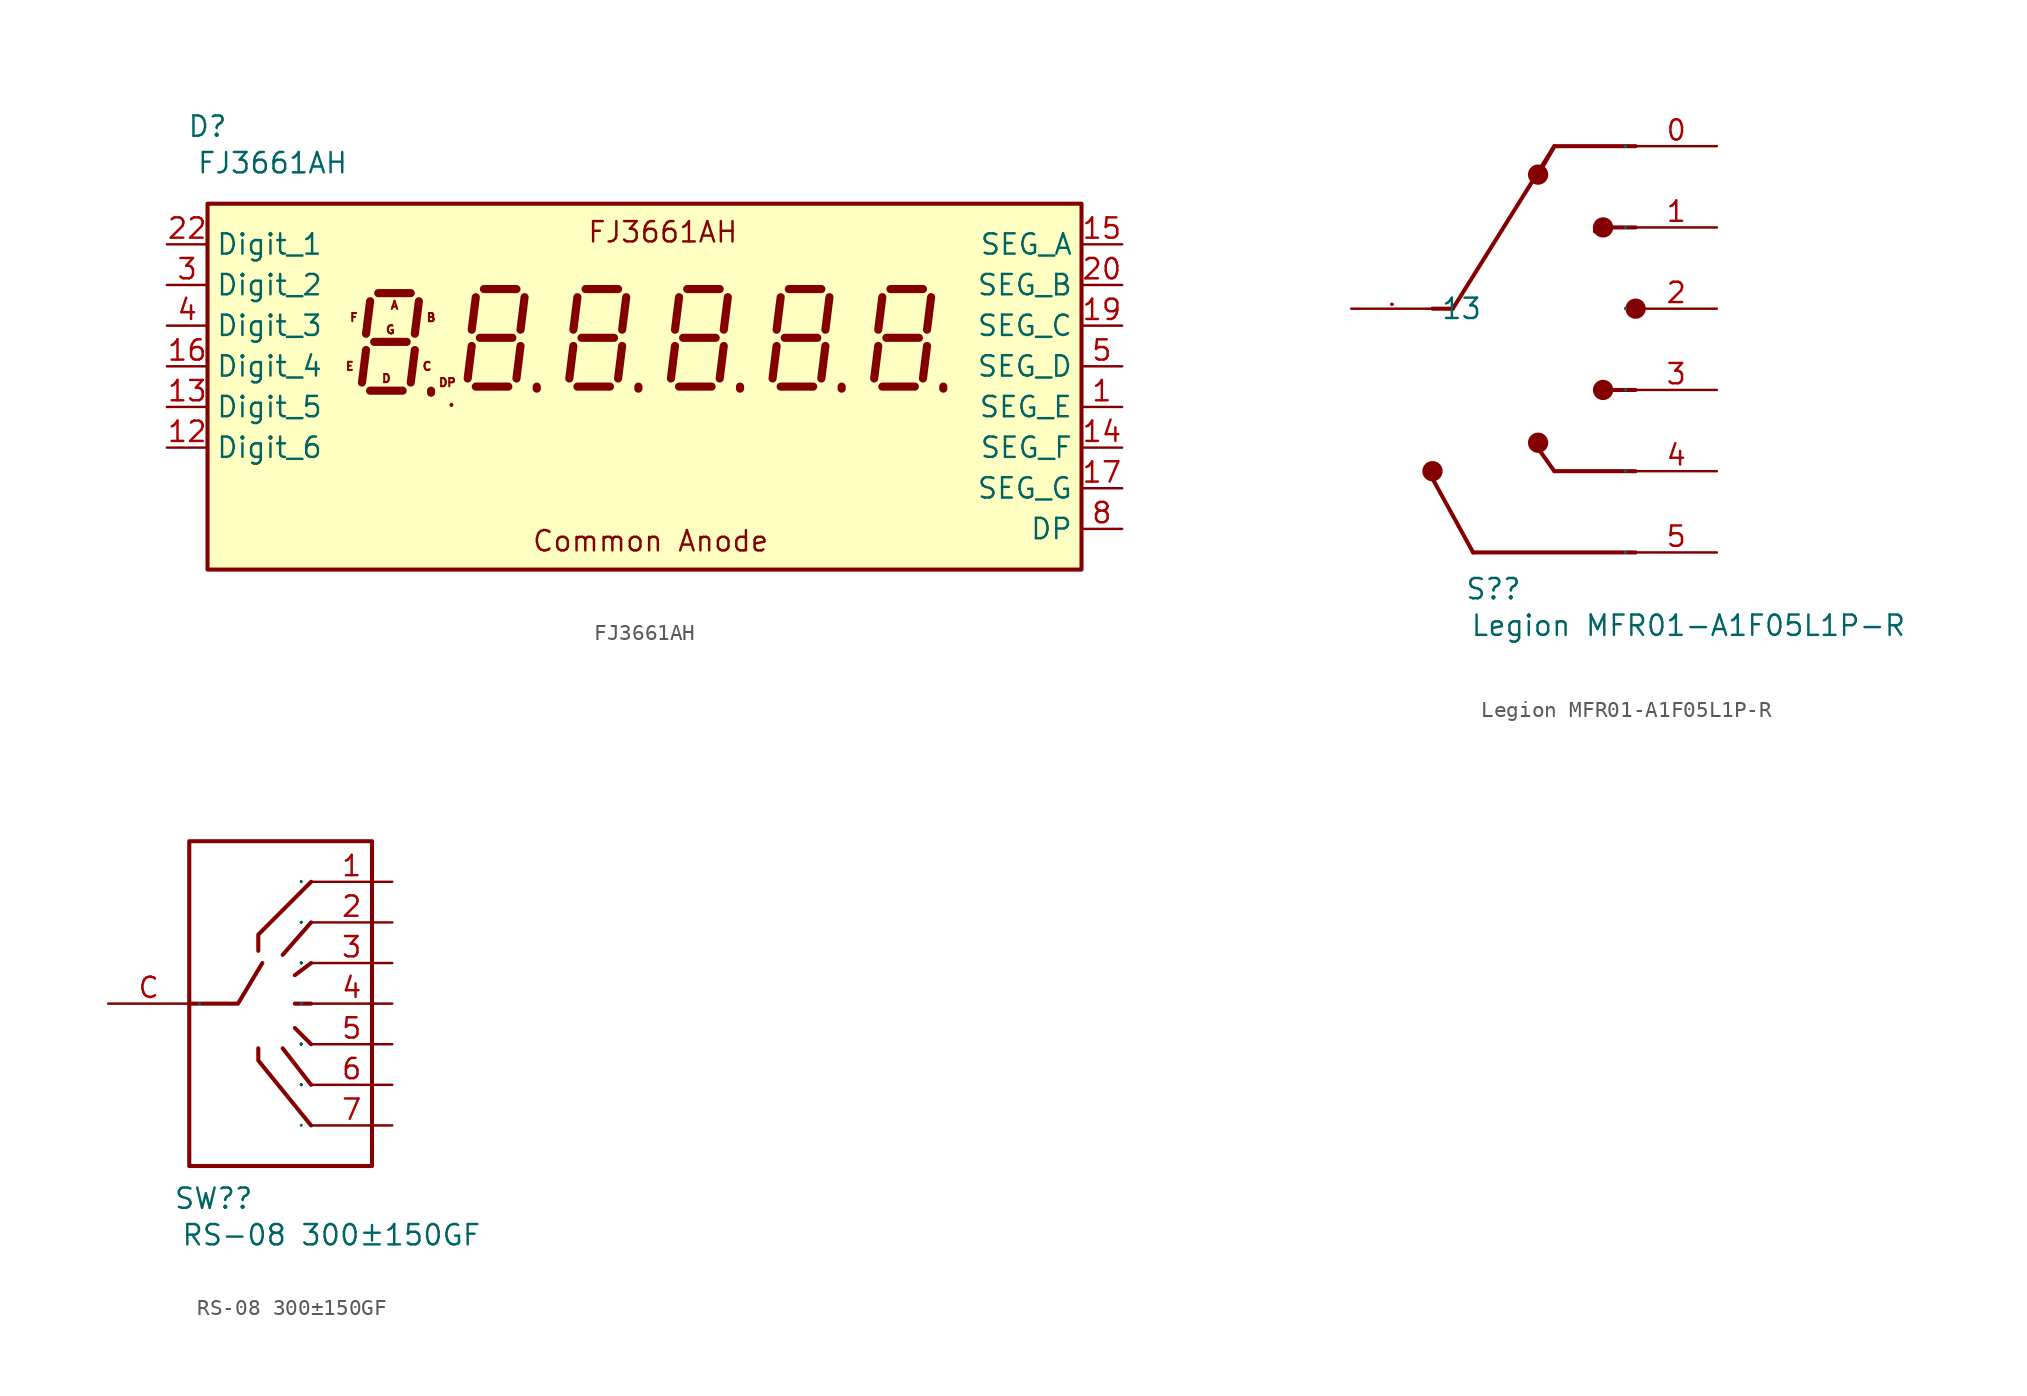
<source format=kicad_sym>
(kicad_symbol_lib
  (version 20231120)
  (generator "kicad_symbol_editor")
  (generator_version "8.0")
  (symbol "FJ3661AH"
    (property "Reference" "D"
      (at 0 2.286 0)
      (do_not_autoplace)
      (effects (font (size 1.27 1.27))))
    (property "Value" "FJ3661AH"
      (at 4.064 0 0)
      (do_not_autoplace)
      (effects (font (size 1.27 1.27))))
    (symbol "FJ3661AH_0_1"
      (rectangle (start 0 -2.54) (end 54.61 -25.4) (stroke (width 0.254) (type default)) (fill (type background)))
      (polyline (pts (xy 15.24 -15.113) (xy 15.24 -15.113)) (stroke (width 0.254) (type default)) (fill (type none))))
    (symbol "FJ3661AH_1_0"
      (text "A" (at 11.684 -8.89 0) (effects (font (size 0.508 0.508))))
      (text "B" (at 13.97 -9.652 0) (effects (font (size 0.508 0.508))))
      (text "C" (at 13.716 -12.7 0) (effects (font (size 0.508 0.508))))
      (text "Common Anode" (at 27.686 -23.622 0) (effects (font (size 1.27 1.27))))
      (text "D" (at 11.176 -13.462 0) (effects (font (size 0.508 0.508))))
      (text "DP" (at 14.986 -13.716 0) (effects (font (size 0.508 0.508))))
      (text "E" (at 8.89 -12.7 0) (effects (font (size 0.508 0.508))))
      (text "F" (at 9.144 -9.652 0) (effects (font (size 0.508 0.508))))
      (text "FJ3661AH" (at 28.448 -4.318 0) (effects (font (size 1.27 1.27))))
      (text "G" (at 11.43 -10.414 0) (effects (font (size 0.508 0.508)))))
    (symbol "FJ3661AH_1_1"
      (polyline (pts (xy 9.906 -11.684) (xy 9.652 -13.716)) (stroke (width 0.508) (type default)) (fill (type none)))
      (polyline (pts (xy 10.16 -14.224) (xy 12.192 -14.224)) (stroke (width 0.508) (type default)) (fill (type none)))
      (polyline (pts (xy 10.16 -8.636) (xy 9.906 -10.668)) (stroke (width 0.508) (type default)) (fill (type none)))
      (polyline (pts (xy 10.414 -11.176) (xy 12.446 -11.176)) (stroke (width 0.508) (type default)) (fill (type none)))
      (polyline (pts (xy 10.668 -8.128) (xy 12.7 -8.128)) (stroke (width 0.508) (type default)) (fill (type none)))
      (polyline (pts (xy 12.954 -11.684) (xy 12.7 -13.716)) (stroke (width 0.508) (type default)) (fill (type none)))
      (polyline (pts (xy 13.208 -8.636) (xy 12.954 -10.668)) (stroke (width 0.508) (type default)) (fill (type none)))
      (polyline (pts (xy 13.97 -14.351) (xy 13.97 -14.224)) (stroke (width 0.508) (type default)) (fill (type none)))
      (polyline (pts (xy 16.51 -11.43) (xy 16.256 -13.462)) (stroke (width 0.508) (type default)) (fill (type none)))
      (polyline (pts (xy 16.764 -13.97) (xy 18.796 -13.97)) (stroke (width 0.508) (type default)) (fill (type none)))
      (polyline (pts (xy 16.764 -8.382) (xy 16.51 -10.414)) (stroke (width 0.508) (type default)) (fill (type none)))
      (polyline (pts (xy 17.018 -10.922) (xy 19.05 -10.922)) (stroke (width 0.508) (type default)) (fill (type none)))
      (polyline (pts (xy 17.272 -7.874) (xy 19.304 -7.874)) (stroke (width 0.508) (type default)) (fill (type none)))
      (polyline (pts (xy 19.558 -11.43) (xy 19.304 -13.462)) (stroke (width 0.508) (type default)) (fill (type none)))
      (polyline (pts (xy 19.812 -8.382) (xy 19.558 -10.414)) (stroke (width 0.508) (type default)) (fill (type none)))
      (polyline (pts (xy 20.574 -14.097) (xy 20.574 -13.97)) (stroke (width 0.508) (type default)) (fill (type none)))
      (polyline (pts (xy 22.86 -11.43) (xy 22.606 -13.462)) (stroke (width 0.508) (type default)) (fill (type none)))
      (polyline (pts (xy 23.114 -13.97) (xy 25.146 -13.97)) (stroke (width 0.508) (type default)) (fill (type none)))
      (polyline (pts (xy 23.114 -8.382) (xy 22.86 -10.414)) (stroke (width 0.508) (type default)) (fill (type none)))
      (polyline (pts (xy 23.368 -10.922) (xy 25.4 -10.922)) (stroke (width 0.508) (type default)) (fill (type none)))
      (polyline (pts (xy 23.622 -7.874) (xy 25.654 -7.874)) (stroke (width 0.508) (type default)) (fill (type none)))
      (polyline (pts (xy 25.908 -11.43) (xy 25.654 -13.462)) (stroke (width 0.508) (type default)) (fill (type none)))
      (polyline (pts (xy 26.162 -8.382) (xy 25.908 -10.414)) (stroke (width 0.508) (type default)) (fill (type none)))
      (polyline (pts (xy 26.924 -14.097) (xy 26.924 -13.97)) (stroke (width 0.508) (type default)) (fill (type none)))
      (polyline (pts (xy 29.21 -11.43) (xy 28.956 -13.462)) (stroke (width 0.508) (type default)) (fill (type none)))
      (polyline (pts (xy 29.464 -13.97) (xy 31.496 -13.97)) (stroke (width 0.508) (type default)) (fill (type none)))
      (polyline (pts (xy 29.464 -8.382) (xy 29.21 -10.414)) (stroke (width 0.508) (type default)) (fill (type none)))
      (polyline (pts (xy 29.718 -10.922) (xy 31.75 -10.922)) (stroke (width 0.508) (type default)) (fill (type none)))
      (polyline (pts (xy 29.972 -7.874) (xy 32.004 -7.874)) (stroke (width 0.508) (type default)) (fill (type none)))
      (polyline (pts (xy 32.258 -11.43) (xy 32.004 -13.462)) (stroke (width 0.508) (type default)) (fill (type none)))
      (polyline (pts (xy 32.512 -8.382) (xy 32.258 -10.414)) (stroke (width 0.508) (type default)) (fill (type none)))
      (polyline (pts (xy 33.274 -14.097) (xy 33.274 -13.97)) (stroke (width 0.508) (type default)) (fill (type none)))
      (polyline (pts (xy 35.56 -11.43) (xy 35.306 -13.462)) (stroke (width 0.508) (type default)) (fill (type none)))
      (polyline (pts (xy 35.814 -13.97) (xy 37.846 -13.97)) (stroke (width 0.508) (type default)) (fill (type none)))
      (polyline (pts (xy 35.814 -8.382) (xy 35.56 -10.414)) (stroke (width 0.508) (type default)) (fill (type none)))
      (polyline (pts (xy 36.068 -10.922) (xy 38.1 -10.922)) (stroke (width 0.508) (type default)) (fill (type none)))
      (polyline (pts (xy 36.322 -7.874) (xy 38.354 -7.874)) (stroke (width 0.508) (type default)) (fill (type none)))
      (polyline (pts (xy 38.608 -11.43) (xy 38.354 -13.462)) (stroke (width 0.508) (type default)) (fill (type none)))
      (polyline (pts (xy 38.862 -8.382) (xy 38.608 -10.414)) (stroke (width 0.508) (type default)) (fill (type none)))
      (polyline (pts (xy 39.624 -14.097) (xy 39.624 -13.97)) (stroke (width 0.508) (type default)) (fill (type none)))
      (polyline (pts (xy 41.91 -11.43) (xy 41.656 -13.462)) (stroke (width 0.508) (type default)) (fill (type none)))
      (polyline (pts (xy 42.164 -13.97) (xy 44.196 -13.97)) (stroke (width 0.508) (type default)) (fill (type none)))
      (polyline (pts (xy 42.164 -8.382) (xy 41.91 -10.414)) (stroke (width 0.508) (type default)) (fill (type none)))
      (polyline (pts (xy 42.418 -10.922) (xy 44.45 -10.922)) (stroke (width 0.508) (type default)) (fill (type none)))
      (polyline (pts (xy 42.672 -7.874) (xy 44.704 -7.874)) (stroke (width 0.508) (type default)) (fill (type none)))
      (polyline (pts (xy 44.958 -11.43) (xy 44.704 -13.462)) (stroke (width 0.508) (type default)) (fill (type none)))
      (polyline (pts (xy 45.212 -8.382) (xy 44.958 -10.414)) (stroke (width 0.508) (type default)) (fill (type none)))
      (polyline (pts (xy 45.974 -14.097) (xy 45.974 -13.97)) (stroke (width 0.508) (type default)) (fill (type none)))
      (pin input line (at 57.15 -15.24 180) (length 2.54) (name "SEG_E" (effects (font (size 1.27 1.27)))) (number "1" (effects (font (size 1.27 1.27)))))
      (pin output line (at -2.54 -17.78 0) (length 2.54) (name "Digit_6" (effects (font (size 1.27 1.27)))) (number "12" (effects (font (size 1.27 1.27)))))
      (pin output line (at -2.54 -15.24 0) (length 2.54) (name "Digit_5" (effects (font (size 1.27 1.27)))) (number "13" (effects (font (size 1.27 1.27)))))
      (pin input line (at 57.15 -17.78 180) (length 2.54) (name "SEG_F" (effects (font (size 1.27 1.27)))) (number "14" (effects (font (size 1.27 1.27)))))
      (pin input line (at 57.15 -5.08 180) (length 2.54) (name "SEG_A" (effects (font (size 1.27 1.27)))) (number "15" (effects (font (size 1.27 1.27)))))
      (pin output line (at -2.54 -12.7 0) (length 2.54) (name "Digit_4" (effects (font (size 1.27 1.27)))) (number "16" (effects (font (size 1.27 1.27)))))
      (pin input line (at 57.15 -20.32 180) (length 2.54) (name "SEG_G" (effects (font (size 1.27 1.27)))) (number "17" (effects (font (size 1.27 1.27)))))
      (pin input line (at 57.15 -10.16 180) (length 2.54) (name "SEG_C" (effects (font (size 1.27 1.27)))) (number "19" (effects (font (size 1.27 1.27)))))
      (pin input line (at 57.15 -7.62 180) (length 2.54) (name "SEG_B" (effects (font (size 1.27 1.27)))) (number "20" (effects (font (size 1.27 1.27)))))
      (pin output line (at -2.54 -5.08 0) (length 2.54) (name "Digit_1" (effects (font (size 1.27 1.27)))) (number "22" (effects (font (size 1.27 1.27)))))
      (pin output line (at -2.54 -7.62 0) (length 2.54) (name "Digit_2" (effects (font (size 1.27 1.27)))) (number "3" (effects (font (size 1.27 1.27)))))
      (pin output line (at -2.54 -10.16 0) (length 2.54) (name "Digit_3" (effects (font (size 1.27 1.27)))) (number "4" (effects (font (size 1.27 1.27)))))
      (pin input line (at 57.15 -12.7 180) (length 2.54) (name "SEG_D" (effects (font (size 1.27 1.27)))) (number "5" (effects (font (size 1.27 1.27)))))
      (pin input line (at 57.15 -22.86 180) (length 2.54) (name "DP" (effects (font (size 1.27 1.27)))) (number "8" (effects (font (size 1.27 1.27)))))))
  (symbol "Legion MFR01-A1F05L1P-R"
    (property "Reference" "S?"
      (at -3.81 -17.526 0)
      (do_not_autoplace)
      (effects (font (size 1.27 1.27))))
    (property "Value" "Legion MFR01-A1F05L1P-R"
      (at 8.382 -19.812 0)
      (do_not_autoplace)
      (effects (font (size 1.27 1.27))))
    (symbol "Legion MFR01-A1F05L1P-R_0_0"
      (circle (center -7.62 -10.16) (radius 0.508) (stroke (width 0.254) (type solid)) (fill (type outline)))
      (circle (center -1.016 -8.382) (radius 0.508) (stroke (width 0.254) (type solid)) (fill (type outline)))
      (circle (center -1.016 8.382) (radius 0.508) (stroke (width 0.254) (type solid)) (fill (type outline)))
      (polyline (pts (xy -7.874 -10.16) (xy -5.08 -15.24)) (stroke (width 0.254) (type solid)) (fill (type none)))
      (polyline (pts (xy -6.35 0) (xy -7.62 0)) (stroke (width 0.254) (type solid)) (fill (type none)))
      (polyline (pts (xy -6.35 0) (xy 0 10.16)) (stroke (width 0.254) (type solid)) (fill (type none)))
      (polyline (pts (xy -1.27 -8.382) (xy 0 -10.16)) (stroke (width 0.254) (type solid)) (fill (type none)))
      (polyline (pts (xy 5.08 -15.24) (xy -5.08 -15.24)) (stroke (width 0.254) (type solid)) (fill (type none)))
      (polyline (pts (xy 5.08 -10.16) (xy 0 -10.16)) (stroke (width 0.254) (type solid)) (fill (type none)))
      (polyline (pts (xy 5.08 -5.08) (xy 2.54 -5.08)) (stroke (width 0.254) (type solid)) (fill (type none)))
      (polyline (pts (xy 5.08 5.08) (xy 2.54 5.08) (xy 2.54 4.826)) (stroke (width 0.254) (type solid)) (fill (type none)))
      (polyline (pts (xy 5.08 10.16) (xy 0 10.16) (xy -1.016 8.382)) (stroke (width 0.254) (type solid)) (fill (type none)))
      (circle (center 3.048 -5.08) (radius 0.508) (stroke (width 0.254) (type solid)) (fill (type outline)))
      (circle (center 3.048 5.08) (radius 0.508) (stroke (width 0.254) (type solid)) (fill (type outline)))
      (circle (center 5.08 0) (radius 0.508) (stroke (width 0.254) (type solid)) (fill (type outline)))
      (pin output line (at 10.16 10.16 180) (length 5.08) (name "0" (effects (font (size 0.025 0.025)))) (number "0" (effects (font (size 1.27 1.27)))))
      (pin output line (at 10.16 5.08 180) (length 5.08) (name "1" (effects (font (size 0.025 0.025)))) (number "1" (effects (font (size 1.27 1.27)))))
      (pin power_in line (at -12.7 0 0) (length 5.08) (name "13" (effects (font (size 1.27 1.27)))) (number "13" (effects (font (size 0.025 0.025)))))
      (pin output line (at 10.16 0 180) (length 5.08) (name "2" (effects (font (size 0.025 0.025)))) (number "2" (effects (font (size 1.27 1.27)))))
      (pin output line (at 10.16 -5.08 180) (length 5.08) (name "3" (effects (font (size 0.025 0.025)))) (number "3" (effects (font (size 1.27 1.27)))))
      (pin output line (at 10.16 -10.16 180) (length 5.08) (name "4" (effects (font (size 0.025 0.025)))) (number "4" (effects (font (size 1.27 1.27)))))
      (pin output line (at 10.16 -15.24 180) (length 5.08) (name "5" (effects (font (size 0.025 0.025)))) (number "5" (effects (font (size 1.27 1.27)))))))
  (symbol "RS-08 300±150GF"
    (property "Reference" "SW?"
      (at -3.556 -12.192 0)
      (effects (font (size 1.27 1.27))))
    (property "Value" "RS-08 300±150GF"
      (at 3.81 -14.478 0)
      (effects (font (size 1.27 1.27))))
    (symbol "RS-08 300±150GF_0_0"
      (rectangle (start -5.08 10.16) (end 6.35 -10.16) (stroke (width 0.254) (type solid)) (fill (type none)))
      (polyline (pts (xy 2.54 -5.08) (xy 0.762 -2.794)) (stroke (width 0.254) (type solid)) (fill (type none)))
      (polyline (pts (xy 2.54 -2.54) (xy 1.524 -1.524)) (stroke (width 0.254) (type solid)) (fill (type none)))
      (polyline (pts (xy 2.54 0) (xy 1.524 0)) (stroke (width 0.254) (type solid)) (fill (type none)))
      (polyline (pts (xy 2.54 2.54) (xy 1.524 1.778)) (stroke (width 0.254) (type solid)) (fill (type none)))
      (polyline (pts (xy 2.54 5.08) (xy 0.762 3.048)) (stroke (width 0.254) (type solid)) (fill (type none)))
      (polyline (pts (xy -5.08 0) (xy -2.032 0) (xy -0.508 2.54)) (stroke (width 0.254) (type solid)) (fill (type none)))
      (polyline (pts (xy 2.54 -7.62) (xy -0.762 -3.556) (xy -0.762 -2.794)) (stroke (width 0.254) (type solid)) (fill (type none)))
      (polyline (pts (xy 2.54 7.62) (xy -0.762 4.318) (xy -0.762 3.302)) (stroke (width 0.254) (type solid)) (fill (type none)))
      (pin output line (at 7.62 7.62 180) (length 5.08) (name "1" (effects (font (size 0.025 0.025)))) (number "1" (effects (font (size 1.27 1.27)))))
      (pin output line (at 7.62 5.08 180) (length 5.08) (name "2" (effects (font (size 0.025 0.025)))) (number "2" (effects (font (size 1.27 1.27)))))
      (pin output line (at 7.62 2.54 180) (length 5.08) (name "3" (effects (font (size 0.025 0.025)))) (number "3" (effects (font (size 1.27 1.27)))))
      (pin output line (at 7.62 0 180) (length 5.08) (name "4" (effects (font (size 0.025 0.025)))) (number "4" (effects (font (size 1.27 1.27)))))
      (pin output line (at 7.62 -2.54 180) (length 5.08) (name "5" (effects (font (size 0.025 0.025)))) (number "5" (effects (font (size 1.27 1.27)))))
      (pin output line (at 7.62 -5.08 180) (length 5.08) (name "6" (effects (font (size 0.025 0.025)))) (number "6" (effects (font (size 1.27 1.27)))))
      (pin output line (at 7.62 -7.62 180) (length 5.08) (name "7" (effects (font (size 0.025 0.025)))) (number "7" (effects (font (size 1.27 1.27)))))
      (pin power_in line (at -10.16 0 0) (length 5.08) (name "C" (effects (font (size 0.025 0.025)))) (number "C" (effects (font (size 1.27 1.27))))))))
</source>
